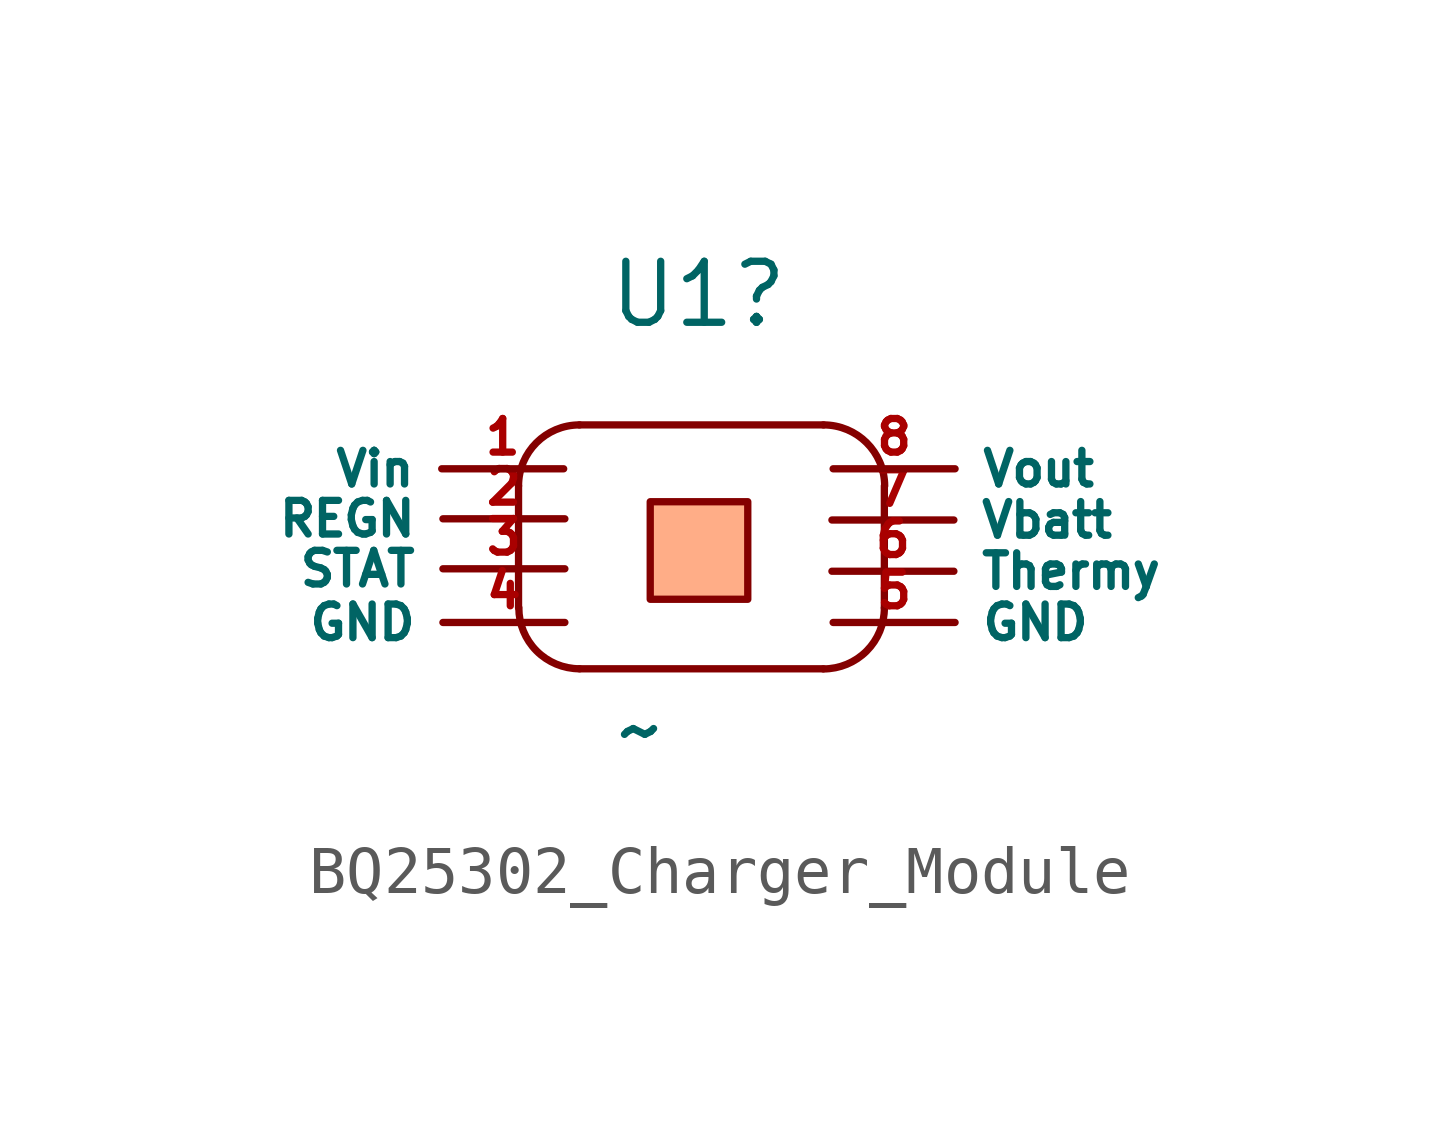
<source format=kicad_sym>
(kicad_symbol_lib
  (version 20220914)
  (generator kicad_symbol_editor)
  (symbol "BQ25302_Charger_Module"
    (property "Reference" "U1"
      (at 2.807 8.89 0)
      (effects (font (size 1.27 1.27))))
    (property "Value" "~"
      (at 1.6 -0.178 0)
      (effects (font (size 1.27 1.27))))
    (symbol "BQ25302_Charger_Module_0_1"
      (arc (start -0.9398 2.3622) (mid -0.5678 1.4642) (end 0.3302 1.0922) (stroke (width 0) (type default)) (fill (type none)))
      (polyline (pts (xy -0.94 4.902) (xy -0.94 2.362)) (stroke (width 0) (type default)) (fill (type none)))
      (polyline (pts (xy 0.33 1.092) (xy 5.41 1.092)) (stroke (width 0) (type default)) (fill (type none)))
      (polyline (pts (xy 0.33 6.172) (xy 5.41 6.172)) (stroke (width 0) (type default)) (fill (type none)))
      (polyline (pts (xy 6.68 4.902) (xy 6.68 2.362)) (stroke (width 0) (type default)) (fill (type none)))
      (arc (start 0.3302 6.1722) (mid -0.5678 5.8002) (end -0.9398 4.9022) (stroke (width 0) (type default)) (fill (type none)))
      (arc (start 5.4102 1.0922) (mid 6.3082 1.4642) (end 6.6802 2.3622) (stroke (width 0) (type default)) (fill (type none)))
      (arc (start 6.6802 4.9022) (mid 6.3082 5.8002) (end 5.4102 6.1722) (stroke (width 0) (type default)) (fill (type none))))
    (symbol "BQ25302_Charger_Module_1_0"
      (pin input line (at 0.025 4.216 180) (length 2.54) (name "REGN" (effects (font (size 0.7 0.7)))) (number "2" (effects (font (size 0.7 0.7))))))
    (symbol "BQ25302_Charger_Module_1_1"
      (rectangle (start 1.803 4.572) (end 3.835 2.54) (stroke (width 0) (type default)) (fill (type color) (color 255 173 135 1)))
      (pin power_in line (at 0 5.258 180) (length 2.54) (name "Vin" (effects (font (size 0.7 0.7)))) (number "1" (effects (font (size 0.7 0.7)))))
      (pin input line (at 0.025 3.175 180) (length 2.54) (name "STAT" (effects (font (size 0.7 0.7)))) (number "3" (effects (font (size 0.7 0.7)))))
      (pin input line (at 0.025 2.057 180) (length 2.54) (name "GND" (effects (font (size 0.7 0.7)))) (number "4" (effects (font (size 0.7 0.7)))))
      (pin power_out line (at 5.613 2.057 0) (length 2.54) (name "GND" (effects (font (size 0.7 0.7)))) (number "5" (effects (font (size 0.7 0.7)))))
      (pin power_out line (at 5.588 3.124 0) (length 2.54) (name "Thermy" (effects (font (size 0.7 0.7)))) (number "6" (effects (font (size 0.7 0.7)))))
      (pin power_out line (at 5.588 4.191 0) (length 2.54) (name "Vbatt" (effects (font (size 0.7 0.7)))) (number "7" (effects (font (size 0.7 0.7)))))
      (pin input line (at 5.613 5.258 0) (length 2.54) (name "Vout" (effects (font (size 0.7 0.7)))) (number "8" (effects (font (size 0.7 0.7))))))))
</source>
